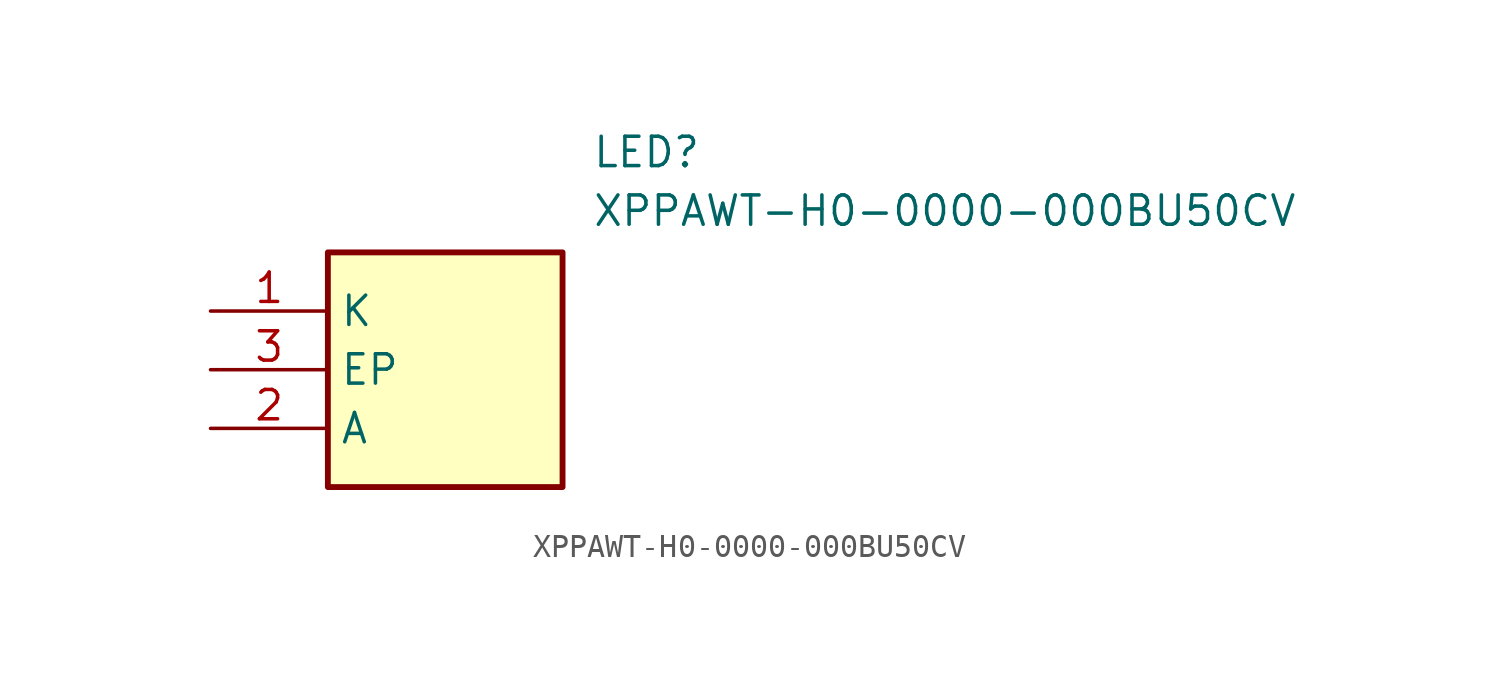
<source format=kicad_sym>
(kicad_symbol_lib
  (version 20211014)
  (generator SamacSys_ECAD_Model)
  (symbol "XPPAWT-H0-0000-000BU50CV"
    (property "Reference" "LED"
      (at 16.51 7.62 0)
      (effects (font (size 1.27 1.27)) (justify left top)))
    (property "Value" "XPPAWT-H0-0000-000BU50CV"
      (at 16.51 5.08 0)
      (effects (font (size 1.27 1.27)) (justify left top)))
    (rectangle
      (start 5.08 2.54)
      (end 15.24 -7.62)
      (stroke (width 0.254) (type default))
      (fill (type background)))
    (pin passive line
      (at 0 0 0)
      (length 5.08)
      (name "K" (effects (font (size 1.27 1.27))))
      (number "1" (effects (font (size 1.27 1.27)))))
    (pin passive line
      (at 0 -5.08 0)
      (length 5.08)
      (name "A" (effects (font (size 1.27 1.27))))
      (number "2" (effects (font (size 1.27 1.27)))))
    (pin passive line
      (at 0 -2.54 0)
      (length 5.08)
      (name "EP" (effects (font (size 1.27 1.27))))
      (number "3" (effects (font (size 1.27 1.27)))))))
</source>
